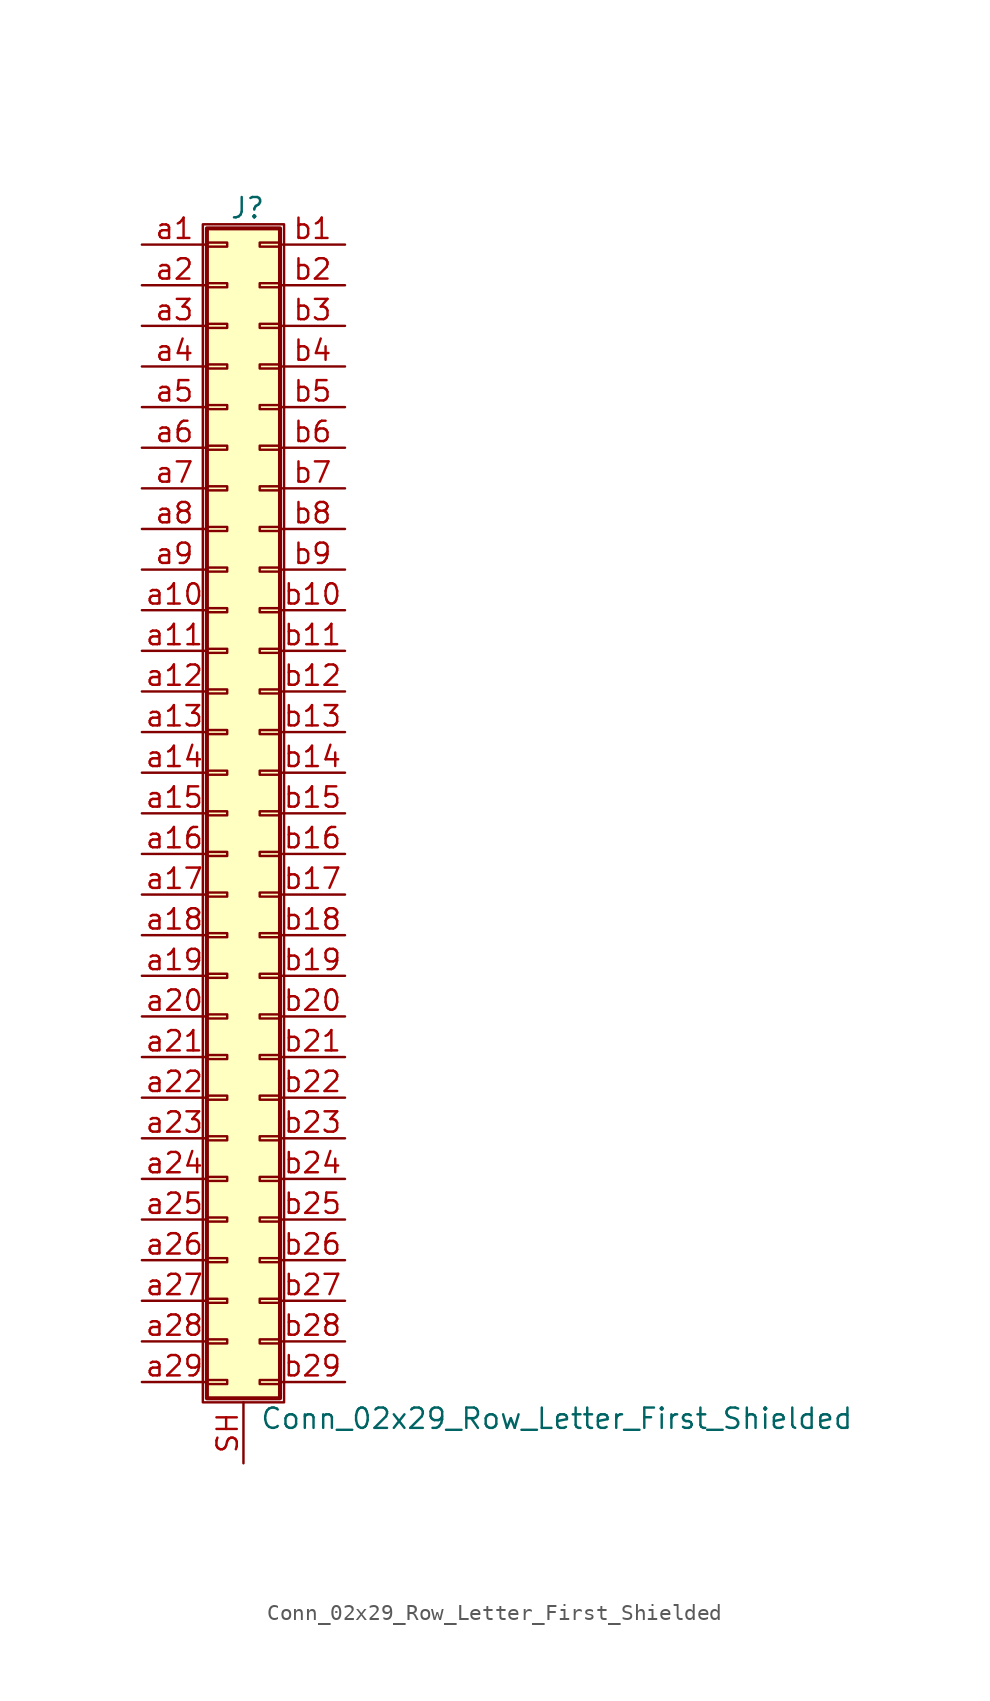
<source format=kicad_sym>
(kicad_symbol_lib
  (version 20220914)
  (generator kicad_symbol_editor)
  (symbol "Conn_02x29_Row_Letter_First_Shielded"
    (pin_names
      (offset 1.016) hide)
    (property "Reference" "J"
      (at 1.524 37.846 0)
      (effects (font (size 1.27 1.27))))
    (property "Value" "Conn_02x29_Row_Letter_First_Shielded"
      (at 2.286 -37.846 0)
      (effects (font (size 1.27 1.27)) (justify left)))
    (symbol "Conn_02x29_Row_Letter_First_Shielded_1_1"
      (rectangle (start -1.27 36.83) (end 3.81 -36.83) (stroke (width 0.152) (type default)) (fill (type none)))
      (rectangle (start -1.016 -35.433) (end 0.254 -35.687) (stroke (width 0.152) (type default)) (fill (type none)))
      (rectangle (start -1.016 -32.893) (end 0.254 -33.147) (stroke (width 0.152) (type default)) (fill (type none)))
      (rectangle (start -1.016 -30.353) (end 0.254 -30.607) (stroke (width 0.152) (type default)) (fill (type none)))
      (rectangle (start -1.016 -27.813) (end 0.254 -28.067) (stroke (width 0.152) (type default)) (fill (type none)))
      (rectangle (start -1.016 -25.273) (end 0.254 -25.527) (stroke (width 0.152) (type default)) (fill (type none)))
      (rectangle (start -1.016 -22.733) (end 0.254 -22.987) (stroke (width 0.152) (type default)) (fill (type none)))
      (rectangle (start -1.016 -20.193) (end 0.254 -20.447) (stroke (width 0.152) (type default)) (fill (type none)))
      (rectangle (start -1.016 -17.653) (end 0.254 -17.907) (stroke (width 0.152) (type default)) (fill (type none)))
      (rectangle (start -1.016 -15.113) (end 0.254 -15.367) (stroke (width 0.152) (type default)) (fill (type none)))
      (rectangle (start -1.016 -12.573) (end 0.254 -12.827) (stroke (width 0.152) (type default)) (fill (type none)))
      (rectangle (start -1.016 -10.033) (end 0.254 -10.287) (stroke (width 0.152) (type default)) (fill (type none)))
      (rectangle (start -1.016 -7.493) (end 0.254 -7.747) (stroke (width 0.152) (type default)) (fill (type none)))
      (rectangle (start -1.016 -4.953) (end 0.254 -5.207) (stroke (width 0.152) (type default)) (fill (type none)))
      (rectangle (start -1.016 -2.413) (end 0.254 -2.667) (stroke (width 0.152) (type default)) (fill (type none)))
      (rectangle (start -1.016 0.127) (end 0.254 -0.127) (stroke (width 0.152) (type default)) (fill (type none)))
      (rectangle (start -1.016 2.667) (end 0.254 2.413) (stroke (width 0.152) (type default)) (fill (type none)))
      (rectangle (start -1.016 5.207) (end 0.254 4.953) (stroke (width 0.152) (type default)) (fill (type none)))
      (rectangle (start -1.016 7.747) (end 0.254 7.493) (stroke (width 0.152) (type default)) (fill (type none)))
      (rectangle (start -1.016 10.287) (end 0.254 10.033) (stroke (width 0.152) (type default)) (fill (type none)))
      (rectangle (start -1.016 12.827) (end 0.254 12.573) (stroke (width 0.152) (type default)) (fill (type none)))
      (rectangle (start -1.016 15.367) (end 0.254 15.113) (stroke (width 0.152) (type default)) (fill (type none)))
      (rectangle (start -1.016 17.907) (end 0.254 17.653) (stroke (width 0.152) (type default)) (fill (type none)))
      (rectangle (start -1.016 20.447) (end 0.254 20.193) (stroke (width 0.152) (type default)) (fill (type none)))
      (rectangle (start -1.016 22.987) (end 0.254 22.733) (stroke (width 0.152) (type default)) (fill (type none)))
      (rectangle (start -1.016 25.527) (end 0.254 25.273) (stroke (width 0.152) (type default)) (fill (type none)))
      (rectangle (start -1.016 28.067) (end 0.254 27.813) (stroke (width 0.152) (type default)) (fill (type none)))
      (rectangle (start -1.016 30.607) (end 0.254 30.353) (stroke (width 0.152) (type default)) (fill (type none)))
      (rectangle (start -1.016 33.147) (end 0.254 32.893) (stroke (width 0.152) (type default)) (fill (type none)))
      (rectangle (start -1.016 35.687) (end 0.254 35.433) (stroke (width 0.152) (type default)) (fill (type none)))
      (rectangle (start -1.016 36.576) (end 3.556 -36.576) (stroke (width 0.254) (type default)) (fill (type background)))
      (rectangle (start 3.556 -35.433) (end 2.286 -35.687) (stroke (width 0.152) (type default)) (fill (type none)))
      (rectangle (start 3.556 -32.893) (end 2.286 -33.147) (stroke (width 0.152) (type default)) (fill (type none)))
      (rectangle (start 3.556 -30.353) (end 2.286 -30.607) (stroke (width 0.152) (type default)) (fill (type none)))
      (rectangle (start 3.556 -27.813) (end 2.286 -28.067) (stroke (width 0.152) (type default)) (fill (type none)))
      (rectangle (start 3.556 -25.273) (end 2.286 -25.527) (stroke (width 0.152) (type default)) (fill (type none)))
      (rectangle (start 3.556 -22.733) (end 2.286 -22.987) (stroke (width 0.152) (type default)) (fill (type none)))
      (rectangle (start 3.556 -20.193) (end 2.286 -20.447) (stroke (width 0.152) (type default)) (fill (type none)))
      (rectangle (start 3.556 -17.653) (end 2.286 -17.907) (stroke (width 0.152) (type default)) (fill (type none)))
      (rectangle (start 3.556 -15.113) (end 2.286 -15.367) (stroke (width 0.152) (type default)) (fill (type none)))
      (rectangle (start 3.556 -12.573) (end 2.286 -12.827) (stroke (width 0.152) (type default)) (fill (type none)))
      (rectangle (start 3.556 -10.033) (end 2.286 -10.287) (stroke (width 0.152) (type default)) (fill (type none)))
      (rectangle (start 3.556 -7.493) (end 2.286 -7.747) (stroke (width 0.152) (type default)) (fill (type none)))
      (rectangle (start 3.556 -4.953) (end 2.286 -5.207) (stroke (width 0.152) (type default)) (fill (type none)))
      (rectangle (start 3.556 -2.413) (end 2.286 -2.667) (stroke (width 0.152) (type default)) (fill (type none)))
      (rectangle (start 3.556 0.127) (end 2.286 -0.127) (stroke (width 0.152) (type default)) (fill (type none)))
      (rectangle (start 3.556 2.667) (end 2.286 2.413) (stroke (width 0.152) (type default)) (fill (type none)))
      (rectangle (start 3.556 5.207) (end 2.286 4.953) (stroke (width 0.152) (type default)) (fill (type none)))
      (rectangle (start 3.556 7.747) (end 2.286 7.493) (stroke (width 0.152) (type default)) (fill (type none)))
      (rectangle (start 3.556 10.287) (end 2.286 10.033) (stroke (width 0.152) (type default)) (fill (type none)))
      (rectangle (start 3.556 12.827) (end 2.286 12.573) (stroke (width 0.152) (type default)) (fill (type none)))
      (rectangle (start 3.556 15.367) (end 2.286 15.113) (stroke (width 0.152) (type default)) (fill (type none)))
      (rectangle (start 3.556 17.907) (end 2.286 17.653) (stroke (width 0.152) (type default)) (fill (type none)))
      (rectangle (start 3.556 20.447) (end 2.286 20.193) (stroke (width 0.152) (type default)) (fill (type none)))
      (rectangle (start 3.556 22.987) (end 2.286 22.733) (stroke (width 0.152) (type default)) (fill (type none)))
      (rectangle (start 3.556 25.527) (end 2.286 25.273) (stroke (width 0.152) (type default)) (fill (type none)))
      (rectangle (start 3.556 28.067) (end 2.286 27.813) (stroke (width 0.152) (type default)) (fill (type none)))
      (rectangle (start 3.556 30.607) (end 2.286 30.353) (stroke (width 0.152) (type default)) (fill (type none)))
      (rectangle (start 3.556 33.147) (end 2.286 32.893) (stroke (width 0.152) (type default)) (fill (type none)))
      (rectangle (start 3.556 35.687) (end 2.286 35.433) (stroke (width 0.152) (type default)) (fill (type none)))
      (pin passive line (at 1.27 -40.64 90) (length 3.81) (name "Shield" (effects (font (size 1.27 1.27)))) (number "SH" (effects (font (size 1.27 1.27)))))
      (pin passive line (at -5.08 35.56 0) (length 4.064) (name "Pin_a1" (effects (font (size 1.27 1.27)))) (number "a1" (effects (font (size 1.27 1.27)))))
      (pin passive line (at -5.08 12.7 0) (length 4.064) (name "Pin_a10" (effects (font (size 1.27 1.27)))) (number "a10" (effects (font (size 1.27 1.27)))))
      (pin passive line (at -5.08 10.16 0) (length 4.064) (name "Pin_a11" (effects (font (size 1.27 1.27)))) (number "a11" (effects (font (size 1.27 1.27)))))
      (pin passive line (at -5.08 7.62 0) (length 4.064) (name "Pin_a12" (effects (font (size 1.27 1.27)))) (number "a12" (effects (font (size 1.27 1.27)))))
      (pin passive line (at -5.08 5.08 0) (length 4.064) (name "Pin_a13" (effects (font (size 1.27 1.27)))) (number "a13" (effects (font (size 1.27 1.27)))))
      (pin passive line (at -5.08 2.54 0) (length 4.064) (name "Pin_a14" (effects (font (size 1.27 1.27)))) (number "a14" (effects (font (size 1.27 1.27)))))
      (pin passive line (at -5.08 0 0) (length 4.064) (name "Pin_a15" (effects (font (size 1.27 1.27)))) (number "a15" (effects (font (size 1.27 1.27)))))
      (pin passive line (at -5.08 -2.54 0) (length 4.064) (name "Pin_a16" (effects (font (size 1.27 1.27)))) (number "a16" (effects (font (size 1.27 1.27)))))
      (pin passive line (at -5.08 -5.08 0) (length 4.064) (name "Pin_a17" (effects (font (size 1.27 1.27)))) (number "a17" (effects (font (size 1.27 1.27)))))
      (pin passive line (at -5.08 -7.62 0) (length 4.064) (name "Pin_a18" (effects (font (size 1.27 1.27)))) (number "a18" (effects (font (size 1.27 1.27)))))
      (pin passive line (at -5.08 -10.16 0) (length 4.064) (name "Pin_a19" (effects (font (size 1.27 1.27)))) (number "a19" (effects (font (size 1.27 1.27)))))
      (pin passive line (at -5.08 33.02 0) (length 4.064) (name "Pin_a2" (effects (font (size 1.27 1.27)))) (number "a2" (effects (font (size 1.27 1.27)))))
      (pin passive line (at -5.08 -12.7 0) (length 4.064) (name "Pin_a20" (effects (font (size 1.27 1.27)))) (number "a20" (effects (font (size 1.27 1.27)))))
      (pin passive line (at -5.08 -15.24 0) (length 4.064) (name "Pin_a21" (effects (font (size 1.27 1.27)))) (number "a21" (effects (font (size 1.27 1.27)))))
      (pin passive line (at -5.08 -17.78 0) (length 4.064) (name "Pin_a22" (effects (font (size 1.27 1.27)))) (number "a22" (effects (font (size 1.27 1.27)))))
      (pin passive line (at -5.08 -20.32 0) (length 4.064) (name "Pin_a23" (effects (font (size 1.27 1.27)))) (number "a23" (effects (font (size 1.27 1.27)))))
      (pin passive line (at -5.08 -22.86 0) (length 4.064) (name "Pin_a24" (effects (font (size 1.27 1.27)))) (number "a24" (effects (font (size 1.27 1.27)))))
      (pin passive line (at -5.08 -25.4 0) (length 4.064) (name "Pin_a25" (effects (font (size 1.27 1.27)))) (number "a25" (effects (font (size 1.27 1.27)))))
      (pin passive line (at -5.08 -27.94 0) (length 4.064) (name "Pin_a26" (effects (font (size 1.27 1.27)))) (number "a26" (effects (font (size 1.27 1.27)))))
      (pin passive line (at -5.08 -30.48 0) (length 4.064) (name "Pin_a27" (effects (font (size 1.27 1.27)))) (number "a27" (effects (font (size 1.27 1.27)))))
      (pin passive line (at -5.08 -33.02 0) (length 4.064) (name "Pin_a28" (effects (font (size 1.27 1.27)))) (number "a28" (effects (font (size 1.27 1.27)))))
      (pin passive line (at -5.08 -35.56 0) (length 4.064) (name "Pin_a29" (effects (font (size 1.27 1.27)))) (number "a29" (effects (font (size 1.27 1.27)))))
      (pin passive line (at -5.08 30.48 0) (length 4.064) (name "Pin_a3" (effects (font (size 1.27 1.27)))) (number "a3" (effects (font (size 1.27 1.27)))))
      (pin passive line (at -5.08 27.94 0) (length 4.064) (name "Pin_a4" (effects (font (size 1.27 1.27)))) (number "a4" (effects (font (size 1.27 1.27)))))
      (pin passive line (at -5.08 25.4 0) (length 4.064) (name "Pin_a5" (effects (font (size 1.27 1.27)))) (number "a5" (effects (font (size 1.27 1.27)))))
      (pin passive line (at -5.08 22.86 0) (length 4.064) (name "Pin_a6" (effects (font (size 1.27 1.27)))) (number "a6" (effects (font (size 1.27 1.27)))))
      (pin passive line (at -5.08 20.32 0) (length 4.064) (name "Pin_a7" (effects (font (size 1.27 1.27)))) (number "a7" (effects (font (size 1.27 1.27)))))
      (pin passive line (at -5.08 17.78 0) (length 4.064) (name "Pin_a8" (effects (font (size 1.27 1.27)))) (number "a8" (effects (font (size 1.27 1.27)))))
      (pin passive line (at -5.08 15.24 0) (length 4.064) (name "Pin_a9" (effects (font (size 1.27 1.27)))) (number "a9" (effects (font (size 1.27 1.27)))))
      (pin passive line (at 7.62 35.56 180) (length 4.064) (name "Pin_b1" (effects (font (size 1.27 1.27)))) (number "b1" (effects (font (size 1.27 1.27)))))
      (pin passive line (at 7.62 12.7 180) (length 4.064) (name "Pin_b10" (effects (font (size 1.27 1.27)))) (number "b10" (effects (font (size 1.27 1.27)))))
      (pin passive line (at 7.62 10.16 180) (length 4.064) (name "Pin_b11" (effects (font (size 1.27 1.27)))) (number "b11" (effects (font (size 1.27 1.27)))))
      (pin passive line (at 7.62 7.62 180) (length 4.064) (name "Pin_b12" (effects (font (size 1.27 1.27)))) (number "b12" (effects (font (size 1.27 1.27)))))
      (pin passive line (at 7.62 5.08 180) (length 4.064) (name "Pin_b13" (effects (font (size 1.27 1.27)))) (number "b13" (effects (font (size 1.27 1.27)))))
      (pin passive line (at 7.62 2.54 180) (length 4.064) (name "Pin_b14" (effects (font (size 1.27 1.27)))) (number "b14" (effects (font (size 1.27 1.27)))))
      (pin passive line (at 7.62 0 180) (length 4.064) (name "Pin_b15" (effects (font (size 1.27 1.27)))) (number "b15" (effects (font (size 1.27 1.27)))))
      (pin passive line (at 7.62 -2.54 180) (length 4.064) (name "Pin_b16" (effects (font (size 1.27 1.27)))) (number "b16" (effects (font (size 1.27 1.27)))))
      (pin passive line (at 7.62 -5.08 180) (length 4.064) (name "Pin_b17" (effects (font (size 1.27 1.27)))) (number "b17" (effects (font (size 1.27 1.27)))))
      (pin passive line (at 7.62 -7.62 180) (length 4.064) (name "Pin_b18" (effects (font (size 1.27 1.27)))) (number "b18" (effects (font (size 1.27 1.27)))))
      (pin passive line (at 7.62 -10.16 180) (length 4.064) (name "Pin_b19" (effects (font (size 1.27 1.27)))) (number "b19" (effects (font (size 1.27 1.27)))))
      (pin passive line (at 7.62 33.02 180) (length 4.064) (name "Pin_b2" (effects (font (size 1.27 1.27)))) (number "b2" (effects (font (size 1.27 1.27)))))
      (pin passive line (at 7.62 -12.7 180) (length 4.064) (name "Pin_b20" (effects (font (size 1.27 1.27)))) (number "b20" (effects (font (size 1.27 1.27)))))
      (pin passive line (at 7.62 -15.24 180) (length 4.064) (name "Pin_b21" (effects (font (size 1.27 1.27)))) (number "b21" (effects (font (size 1.27 1.27)))))
      (pin passive line (at 7.62 -17.78 180) (length 4.064) (name "Pin_b22" (effects (font (size 1.27 1.27)))) (number "b22" (effects (font (size 1.27 1.27)))))
      (pin passive line (at 7.62 -20.32 180) (length 4.064) (name "Pin_b23" (effects (font (size 1.27 1.27)))) (number "b23" (effects (font (size 1.27 1.27)))))
      (pin passive line (at 7.62 -22.86 180) (length 4.064) (name "Pin_b24" (effects (font (size 1.27 1.27)))) (number "b24" (effects (font (size 1.27 1.27)))))
      (pin passive line (at 7.62 -25.4 180) (length 4.064) (name "Pin_b25" (effects (font (size 1.27 1.27)))) (number "b25" (effects (font (size 1.27 1.27)))))
      (pin passive line (at 7.62 -27.94 180) (length 4.064) (name "Pin_b26" (effects (font (size 1.27 1.27)))) (number "b26" (effects (font (size 1.27 1.27)))))
      (pin passive line (at 7.62 -30.48 180) (length 4.064) (name "Pin_b27" (effects (font (size 1.27 1.27)))) (number "b27" (effects (font (size 1.27 1.27)))))
      (pin passive line (at 7.62 -33.02 180) (length 4.064) (name "Pin_b28" (effects (font (size 1.27 1.27)))) (number "b28" (effects (font (size 1.27 1.27)))))
      (pin passive line (at 7.62 -35.56 180) (length 4.064) (name "Pin_b29" (effects (font (size 1.27 1.27)))) (number "b29" (effects (font (size 1.27 1.27)))))
      (pin passive line (at 7.62 30.48 180) (length 4.064) (name "Pin_b3" (effects (font (size 1.27 1.27)))) (number "b3" (effects (font (size 1.27 1.27)))))
      (pin passive line (at 7.62 27.94 180) (length 4.064) (name "Pin_b4" (effects (font (size 1.27 1.27)))) (number "b4" (effects (font (size 1.27 1.27)))))
      (pin passive line (at 7.62 25.4 180) (length 4.064) (name "Pin_b5" (effects (font (size 1.27 1.27)))) (number "b5" (effects (font (size 1.27 1.27)))))
      (pin passive line (at 7.62 22.86 180) (length 4.064) (name "Pin_b6" (effects (font (size 1.27 1.27)))) (number "b6" (effects (font (size 1.27 1.27)))))
      (pin passive line (at 7.62 20.32 180) (length 4.064) (name "Pin_b7" (effects (font (size 1.27 1.27)))) (number "b7" (effects (font (size 1.27 1.27)))))
      (pin passive line (at 7.62 17.78 180) (length 4.064) (name "Pin_b8" (effects (font (size 1.27 1.27)))) (number "b8" (effects (font (size 1.27 1.27)))))
      (pin passive line (at 7.62 15.24 180) (length 4.064) (name "Pin_b9" (effects (font (size 1.27 1.27)))) (number "b9" (effects (font (size 1.27 1.27))))))))
</source>
